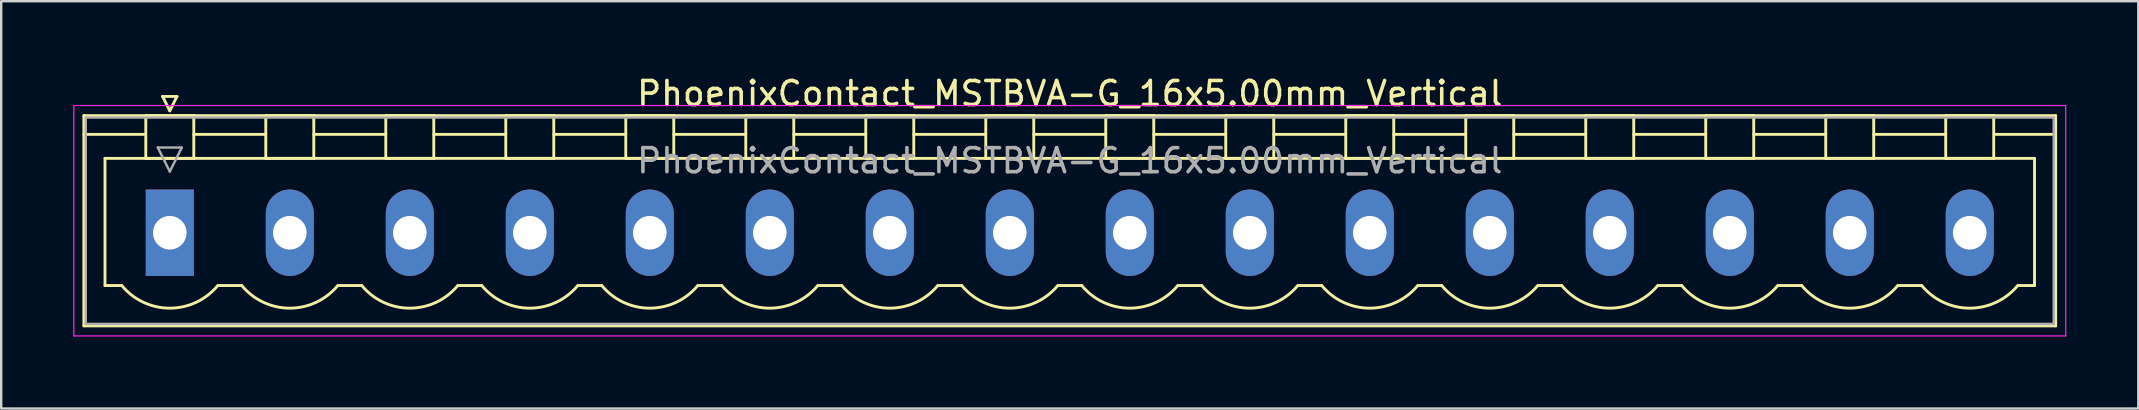
<source format=kicad_pcb>
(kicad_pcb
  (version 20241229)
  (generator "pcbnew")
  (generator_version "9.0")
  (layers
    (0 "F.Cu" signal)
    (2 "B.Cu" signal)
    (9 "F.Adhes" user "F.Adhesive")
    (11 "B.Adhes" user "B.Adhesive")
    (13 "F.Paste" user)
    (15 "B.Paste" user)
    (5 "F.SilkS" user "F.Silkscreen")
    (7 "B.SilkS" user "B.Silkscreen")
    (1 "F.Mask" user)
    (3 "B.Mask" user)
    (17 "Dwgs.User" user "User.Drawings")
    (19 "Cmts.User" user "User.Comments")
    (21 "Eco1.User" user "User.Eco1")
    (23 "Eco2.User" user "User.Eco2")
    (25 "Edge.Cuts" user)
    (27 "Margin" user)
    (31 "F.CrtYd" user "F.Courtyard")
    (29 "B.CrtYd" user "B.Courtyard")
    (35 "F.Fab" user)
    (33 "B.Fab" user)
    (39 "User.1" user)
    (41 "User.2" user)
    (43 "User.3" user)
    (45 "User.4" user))
  (footprint "PhoenixContact_MSTBVA-G_16x5.00mm_Vertical"
    (layer "F.Cu")
    (at 4.025 6.648)
    (property "Reference" "PhoenixContact_MSTBVA-G_16x5.00mm_Vertical" (at 37.5 -5.8 0) (layer "F.SilkS") (effects (font (size 1 1) (thickness 0.15))))
    (attr through_hole)
    (fp_line (start -3.58 -4.88) (end -3.58 3.88) (stroke (width 0.12) (type solid)) (layer "F.SilkS"))
    (fp_line (start -3.58 -4.1) (end -1.08 -4.1) (stroke (width 0.12) (type solid)) (layer "F.SilkS"))
    (fp_line (start -3.58 3.88) (end 78.58 3.88) (stroke (width 0.12) (type solid)) (layer "F.SilkS"))
    (fp_line (start -2.7 -3.1) (end 77.7 -3.1) (stroke (width 0.12) (type solid)) (layer "F.SilkS"))
    (fp_line (start -2.7 2.2) (end -2.7 -3.1) (stroke (width 0.12) (type solid)) (layer "F.SilkS"))
    (fp_line (start -2 2.2) (end -2.7 2.2) (stroke (width 0.12) (type solid)) (layer "F.SilkS"))
    (fp_line (start -1 -4.88) (end 1 -4.88) (stroke (width 0.12) (type solid)) (layer "F.SilkS"))
    (fp_line (start -1 -3.1) (end -1 -4.88) (stroke (width 0.12) (type solid)) (layer "F.SilkS"))
    (fp_line (start -0.3 -5.68) (end 0.3 -5.68) (stroke (width 0.12) (type solid)) (layer "F.SilkS"))
    (fp_line (start 0 -5.08) (end -0.3 -5.68) (stroke (width 0.12) (type solid)) (layer "F.SilkS"))
    (fp_line (start 0.3 -5.68) (end 0 -5.08) (stroke (width 0.12) (type solid)) (layer "F.SilkS"))
    (fp_line (start 1 -4.88) (end 1 -3.1) (stroke (width 0.12) (type solid)) (layer "F.SilkS"))
    (fp_line (start 1 -4.1) (end 4 -4.1) (stroke (width 0.12) (type solid)) (layer "F.SilkS"))
    (fp_line (start 1 -3.1) (end -1 -3.1) (stroke (width 0.12) (type solid)) (layer "F.SilkS"))
    (fp_line (start 2 2.2) (end 3 2.2) (stroke (width 0.12) (type solid)) (layer "F.SilkS"))
    (fp_line (start 4 -4.88) (end 6 -4.88) (stroke (width 0.12) (type solid)) (layer "F.SilkS"))
    (fp_line (start 4 -3.1) (end 4 -4.88) (stroke (width 0.12) (type solid)) (layer "F.SilkS"))
    (fp_line (start 6 -4.88) (end 6 -3.1) (stroke (width 0.12) (type solid)) (layer "F.SilkS"))
    (fp_line (start 6 -4.1) (end 9 -4.1) (stroke (width 0.12) (type solid)) (layer "F.SilkS"))
    (fp_line (start 6 -3.1) (end 4 -3.1) (stroke (width 0.12) (type solid)) (layer "F.SilkS"))
    (fp_line (start 7 2.2) (end 8 2.2) (stroke (width 0.12) (type solid)) (layer "F.SilkS"))
    (fp_line (start 9 -4.88) (end 11 -4.88) (stroke (width 0.12) (type solid)) (layer "F.SilkS"))
    (fp_line (start 9 -3.1) (end 9 -4.88) (stroke (width 0.12) (type solid)) (layer "F.SilkS"))
    (fp_line (start 11 -4.88) (end 11 -3.1) (stroke (width 0.12) (type solid)) (layer "F.SilkS"))
    (fp_line (start 11 -4.1) (end 14 -4.1) (stroke (width 0.12) (type solid)) (layer "F.SilkS"))
    (fp_line (start 11 -3.1) (end 9 -3.1) (stroke (width 0.12) (type solid)) (layer "F.SilkS"))
    (fp_line (start 12 2.2) (end 13 2.2) (stroke (width 0.12) (type solid)) (layer "F.SilkS"))
    (fp_line (start 14 -4.88) (end 16 -4.88) (stroke (width 0.12) (type solid)) (layer "F.SilkS"))
    (fp_line (start 14 -3.1) (end 14 -4.88) (stroke (width 0.12) (type solid)) (layer "F.SilkS"))
    (fp_line (start 16 -4.88) (end 16 -3.1) (stroke (width 0.12) (type solid)) (layer "F.SilkS"))
    (fp_line (start 16 -4.1) (end 19 -4.1) (stroke (width 0.12) (type solid)) (layer "F.SilkS"))
    (fp_line (start 16 -3.1) (end 14 -3.1) (stroke (width 0.12) (type solid)) (layer "F.SilkS"))
    (fp_line (start 17 2.2) (end 18 2.2) (stroke (width 0.12) (type solid)) (layer "F.SilkS"))
    (fp_line (start 19 -4.88) (end 21 -4.88) (stroke (width 0.12) (type solid)) (layer "F.SilkS"))
    (fp_line (start 19 -3.1) (end 19 -4.88) (stroke (width 0.12) (type solid)) (layer "F.SilkS"))
    (fp_line (start 21 -4.88) (end 21 -3.1) (stroke (width 0.12) (type solid)) (layer "F.SilkS"))
    (fp_line (start 21 -4.1) (end 24 -4.1) (stroke (width 0.12) (type solid)) (layer "F.SilkS"))
    (fp_line (start 21 -3.1) (end 19 -3.1) (stroke (width 0.12) (type solid)) (layer "F.SilkS"))
    (fp_line (start 22 2.2) (end 23 2.2) (stroke (width 0.12) (type solid)) (layer "F.SilkS"))
    (fp_line (start 24 -4.88) (end 26 -4.88) (stroke (width 0.12) (type solid)) (layer "F.SilkS"))
    (fp_line (start 24 -3.1) (end 24 -4.88) (stroke (width 0.12) (type solid)) (layer "F.SilkS"))
    (fp_line (start 26 -4.88) (end 26 -3.1) (stroke (width 0.12) (type solid)) (layer "F.SilkS"))
    (fp_line (start 26 -4.1) (end 29 -4.1) (stroke (width 0.12) (type solid)) (layer "F.SilkS"))
    (fp_line (start 26 -3.1) (end 24 -3.1) (stroke (width 0.12) (type solid)) (layer "F.SilkS"))
    (fp_line (start 27 2.2) (end 28 2.2) (stroke (width 0.12) (type solid)) (layer "F.SilkS"))
    (fp_line (start 29 -4.88) (end 31 -4.88) (stroke (width 0.12) (type solid)) (layer "F.SilkS"))
    (fp_line (start 29 -3.1) (end 29 -4.88) (stroke (width 0.12) (type solid)) (layer "F.SilkS"))
    (fp_line (start 31 -4.88) (end 31 -3.1) (stroke (width 0.12) (type solid)) (layer "F.SilkS"))
    (fp_line (start 31 -4.1) (end 34 -4.1) (stroke (width 0.12) (type solid)) (layer "F.SilkS"))
    (fp_line (start 31 -3.1) (end 29 -3.1) (stroke (width 0.12) (type solid)) (layer "F.SilkS"))
    (fp_line (start 32 2.2) (end 33 2.2) (stroke (width 0.12) (type solid)) (layer "F.SilkS"))
    (fp_line (start 34 -4.88) (end 36 -4.88) (stroke (width 0.12) (type solid)) (layer "F.SilkS"))
    (fp_line (start 34 -3.1) (end 34 -4.88) (stroke (width 0.12) (type solid)) (layer "F.SilkS"))
    (fp_line (start 36 -4.88) (end 36 -3.1) (stroke (width 0.12) (type solid)) (layer "F.SilkS"))
    (fp_line (start 36 -4.1) (end 39 -4.1) (stroke (width 0.12) (type solid)) (layer "F.SilkS"))
    (fp_line (start 36 -3.1) (end 34 -3.1) (stroke (width 0.12) (type solid)) (layer "F.SilkS"))
    (fp_line (start 37 2.2) (end 38 2.2) (stroke (width 0.12) (type solid)) (layer "F.SilkS"))
    (fp_line (start 39 -4.88) (end 41 -4.88) (stroke (width 0.12) (type solid)) (layer "F.SilkS"))
    (fp_line (start 39 -3.1) (end 39 -4.88) (stroke (width 0.12) (type solid)) (layer "F.SilkS"))
    (fp_line (start 41 -4.88) (end 41 -3.1) (stroke (width 0.12) (type solid)) (layer "F.SilkS"))
    (fp_line (start 41 -4.1) (end 44 -4.1) (stroke (width 0.12) (type solid)) (layer "F.SilkS"))
    (fp_line (start 41 -3.1) (end 39 -3.1) (stroke (width 0.12) (type solid)) (layer "F.SilkS"))
    (fp_line (start 42 2.2) (end 43 2.2) (stroke (width 0.12) (type solid)) (layer "F.SilkS"))
    (fp_line (start 44 -4.88) (end 46 -4.88) (stroke (width 0.12) (type solid)) (layer "F.SilkS"))
    (fp_line (start 44 -3.1) (end 44 -4.88) (stroke (width 0.12) (type solid)) (layer "F.SilkS"))
    (fp_line (start 46 -4.88) (end 46 -3.1) (stroke (width 0.12) (type solid)) (layer "F.SilkS"))
    (fp_line (start 46 -4.1) (end 49 -4.1) (stroke (width 0.12) (type solid)) (layer "F.SilkS"))
    (fp_line (start 46 -3.1) (end 44 -3.1) (stroke (width 0.12) (type solid)) (layer "F.SilkS"))
    (fp_line (start 47 2.2) (end 48 2.2) (stroke (width 0.12) (type solid)) (layer "F.SilkS"))
    (fp_line (start 49 -4.88) (end 51 -4.88) (stroke (width 0.12) (type solid)) (layer "F.SilkS"))
    (fp_line (start 49 -3.1) (end 49 -4.88) (stroke (width 0.12) (type solid)) (layer "F.SilkS"))
    (fp_line (start 51 -4.88) (end 51 -3.1) (stroke (width 0.12) (type solid)) (layer "F.SilkS"))
    (fp_line (start 51 -4.1) (end 54 -4.1) (stroke (width 0.12) (type solid)) (layer "F.SilkS"))
    (fp_line (start 51 -3.1) (end 49 -3.1) (stroke (width 0.12) (type solid)) (layer "F.SilkS"))
    (fp_line (start 52 2.2) (end 53 2.2) (stroke (width 0.12) (type solid)) (layer "F.SilkS"))
    (fp_line (start 54 -4.88) (end 56 -4.88) (stroke (width 0.12) (type solid)) (layer "F.SilkS"))
    (fp_line (start 54 -3.1) (end 54 -4.88) (stroke (width 0.12) (type solid)) (layer "F.SilkS"))
    (fp_line (start 56 -4.88) (end 56 -3.1) (stroke (width 0.12) (type solid)) (layer "F.SilkS"))
    (fp_line (start 56 -4.1) (end 59 -4.1) (stroke (width 0.12) (type solid)) (layer "F.SilkS"))
    (fp_line (start 56 -3.1) (end 54 -3.1) (stroke (width 0.12) (type solid)) (layer "F.SilkS"))
    (fp_line (start 57 2.2) (end 58 2.2) (stroke (width 0.12) (type solid)) (layer "F.SilkS"))
    (fp_line (start 59 -4.88) (end 61 -4.88) (stroke (width 0.12) (type solid)) (layer "F.SilkS"))
    (fp_line (start 59 -3.1) (end 59 -4.88) (stroke (width 0.12) (type solid)) (layer "F.SilkS"))
    (fp_line (start 61 -4.88) (end 61 -3.1) (stroke (width 0.12) (type solid)) (layer "F.SilkS"))
    (fp_line (start 61 -4.1) (end 64 -4.1) (stroke (width 0.12) (type solid)) (layer "F.SilkS"))
    (fp_line (start 61 -3.1) (end 59 -3.1) (stroke (width 0.12) (type solid)) (layer "F.SilkS"))
    (fp_line (start 62 2.2) (end 63 2.2) (stroke (width 0.12) (type solid)) (layer "F.SilkS"))
    (fp_line (start 64 -4.88) (end 66 -4.88) (stroke (width 0.12) (type solid)) (layer "F.SilkS"))
    (fp_line (start 64 -3.1) (end 64 -4.88) (stroke (width 0.12) (type solid)) (layer "F.SilkS"))
    (fp_line (start 66 -4.88) (end 66 -3.1) (stroke (width 0.12) (type solid)) (layer "F.SilkS"))
    (fp_line (start 66 -4.1) (end 69 -4.1) (stroke (width 0.12) (type solid)) (layer "F.SilkS"))
    (fp_line (start 66 -3.1) (end 64 -3.1) (stroke (width 0.12) (type solid)) (layer "F.SilkS"))
    (fp_line (start 67 2.2) (end 68 2.2) (stroke (width 0.12) (type solid)) (layer "F.SilkS"))
    (fp_line (start 69 -4.88) (end 71 -4.88) (stroke (width 0.12) (type solid)) (layer "F.SilkS"))
    (fp_line (start 69 -3.1) (end 69 -4.88) (stroke (width 0.12) (type solid)) (layer "F.SilkS"))
    (fp_line (start 71 -4.88) (end 71 -3.1) (stroke (width 0.12) (type solid)) (layer "F.SilkS"))
    (fp_line (start 71 -4.1) (end 74 -4.1) (stroke (width 0.12) (type solid)) (layer "F.SilkS"))
    (fp_line (start 71 -3.1) (end 69 -3.1) (stroke (width 0.12) (type solid)) (layer "F.SilkS"))
    (fp_line (start 72 2.2) (end 73 2.2) (stroke (width 0.12) (type solid)) (layer "F.SilkS"))
    (fp_line (start 74 -4.88) (end 76 -4.88) (stroke (width 0.12) (type solid)) (layer "F.SilkS"))
    (fp_line (start 74 -3.1) (end 74 -4.88) (stroke (width 0.12) (type solid)) (layer "F.SilkS"))
    (fp_line (start 76 -4.88) (end 76 -3.1) (stroke (width 0.12) (type solid)) (layer "F.SilkS"))
    (fp_line (start 76 -3.1) (end 74 -3.1) (stroke (width 0.12) (type solid)) (layer "F.SilkS"))
    (fp_line (start 77.7 -3.1) (end 77.7 2.2) (stroke (width 0.12) (type solid)) (layer "F.SilkS"))
    (fp_line (start 77.7 2.2) (end 77 2.2) (stroke (width 0.12) (type solid)) (layer "F.SilkS"))
    (fp_line (start 78.58 -4.88) (end -3.58 -4.88) (stroke (width 0.12) (type solid)) (layer "F.SilkS"))
    (fp_line (start 78.58 -4.1) (end 76.08 -4.1) (stroke (width 0.12) (type solid)) (layer "F.SilkS"))
    (fp_line (start 78.58 3.88) (end 78.58 -4.88) (stroke (width 0.12) (type solid)) (layer "F.SilkS"))
    (fp_arc (start 1.986842 2.215821) (mid -0.010289 3.142758) (end -2 2.2) (stroke (width 0.12) (type solid)) (layer "F.SilkS"))
    (fp_arc (start 6.986842 2.215821) (mid 4.989711 3.142758) (end 3 2.2) (stroke (width 0.12) (type solid)) (layer "F.SilkS"))
    (fp_arc (start 11.986842 2.215821) (mid 9.989711 3.142758) (end 8 2.2) (stroke (width 0.12) (type solid)) (layer "F.SilkS"))
    (fp_arc (start 16.986842 2.215821) (mid 14.989711 3.142758) (end 13 2.2) (stroke (width 0.12) (type solid)) (layer "F.SilkS"))
    (fp_arc (start 21.986842 2.215821) (mid 19.989711 3.142758) (end 18 2.2) (stroke (width 0.12) (type solid)) (layer "F.SilkS"))
    (fp_arc (start 26.986842 2.215821) (mid 24.989711 3.142758) (end 23 2.2) (stroke (width 0.12) (type solid)) (layer "F.SilkS"))
    (fp_arc (start 31.986842 2.215821) (mid 29.989711 3.142758) (end 28 2.2) (stroke (width 0.12) (type solid)) (layer "F.SilkS"))
    (fp_arc (start 36.986842 2.215821) (mid 34.989711 3.142758) (end 33 2.2) (stroke (width 0.12) (type solid)) (layer "F.SilkS"))
    (fp_arc (start 41.986842 2.215821) (mid 39.989711 3.142758) (end 38 2.2) (stroke (width 0.12) (type solid)) (layer "F.SilkS"))
    (fp_arc (start 46.986842 2.215821) (mid 44.989711 3.142758) (end 43 2.2) (stroke (width 0.12) (type solid)) (layer "F.SilkS"))
    (fp_arc (start 51.986842 2.215821) (mid 49.989711 3.142758) (end 48 2.2) (stroke (width 0.12) (type solid)) (layer "F.SilkS"))
    (fp_arc (start 56.986842 2.215821) (mid 54.989711 3.142758) (end 53 2.2) (stroke (width 0.12) (type solid)) (layer "F.SilkS"))
    (fp_arc (start 61.986842 2.215821) (mid 59.989711 3.142758) (end 58 2.2) (stroke (width 0.12) (type solid)) (layer "F.SilkS"))
    (fp_arc (start 66.986842 2.215821) (mid 64.989711 3.142758) (end 63 2.2) (stroke (width 0.12) (type solid)) (layer "F.SilkS"))
    (fp_arc (start 71.986842 2.215821) (mid 69.989711 3.142758) (end 68 2.2) (stroke (width 0.12) (type solid)) (layer "F.SilkS"))
    (fp_arc (start 76.986842 2.215821) (mid 74.989711 3.142758) (end 73 2.2) (stroke (width 0.12) (type solid)) (layer "F.SilkS"))
    (fp_line (start -4 -5.3) (end -4 4.3) (stroke (width 0.05) (type solid)) (layer "F.CrtYd"))
    (fp_line (start -4 4.3) (end 79 4.3) (stroke (width 0.05) (type solid)) (layer "F.CrtYd"))
    (fp_line (start 79 -5.3) (end -4 -5.3) (stroke (width 0.05) (type solid)) (layer "F.CrtYd"))
    (fp_line (start 79 4.3) (end 79 -5.3) (stroke (width 0.05) (type solid)) (layer "F.CrtYd"))
    (fp_line (start -3.5 -4.8) (end -3.5 3.8) (stroke (width 0.1) (type solid)) (layer "F.Fab"))
    (fp_line (start -3.5 3.8) (end 78.5 3.8) (stroke (width 0.1) (type solid)) (layer "F.Fab"))
    (fp_line (start -0.5 -3.55) (end 0.5 -3.55) (stroke (width 0.1) (type solid)) (layer "F.Fab"))
    (fp_line (start 0 -2.55) (end -0.5 -3.55) (stroke (width 0.1) (type solid)) (layer "F.Fab"))
    (fp_line (start 0.5 -3.55) (end 0 -2.55) (stroke (width 0.1) (type solid)) (layer "F.Fab"))
    (fp_line (start 78.5 -4.8) (end -3.5 -4.8) (stroke (width 0.1) (type solid)) (layer "F.Fab"))
    (fp_line (start 78.5 3.8) (end 78.5 -4.8) (stroke (width 0.1) (type solid)) (layer "F.Fab"))
    (fp_text user "${REFERENCE}" (at 37.5 -3 0) (layer "F.Fab") (effects (font (size 1 1) (thickness 0.15))))
    (pad "1" thru_hole rect (at 0 0) (size 2 3.6) (drill 1.4) (layers "*.Cu" "*.Mask"))
    (pad "2" thru_hole oval (at 5 0) (size 2 3.6) (drill 1.4) (layers "*.Cu" "*.Mask"))
    (pad "3" thru_hole oval (at 10 0) (size 2 3.6) (drill 1.4) (layers "*.Cu" "*.Mask"))
    (pad "4" thru_hole oval (at 15 0) (size 2 3.6) (drill 1.4) (layers "*.Cu" "*.Mask"))
    (pad "5" thru_hole oval (at 20 0) (size 2 3.6) (drill 1.4) (layers "*.Cu" "*.Mask"))
    (pad "6" thru_hole oval (at 25 0) (size 2 3.6) (drill 1.4) (layers "*.Cu" "*.Mask"))
    (pad "7" thru_hole oval (at 30 0) (size 2 3.6) (drill 1.4) (layers "*.Cu" "*.Mask"))
    (pad "8" thru_hole oval (at 35 0) (size 2 3.6) (drill 1.4) (layers "*.Cu" "*.Mask"))
    (pad "9" thru_hole oval (at 40 0) (size 2 3.6) (drill 1.4) (layers "*.Cu" "*.Mask"))
    (pad "10" thru_hole oval (at 45 0) (size 2 3.6) (drill 1.4) (layers "*.Cu" "*.Mask"))
    (pad "11" thru_hole oval (at 50 0) (size 2 3.6) (drill 1.4) (layers "*.Cu" "*.Mask"))
    (pad "12" thru_hole oval (at 55 0) (size 2 3.6) (drill 1.4) (layers "*.Cu" "*.Mask"))
    (pad "13" thru_hole oval (at 60 0) (size 2 3.6) (drill 1.4) (layers "*.Cu" "*.Mask"))
    (pad "14" thru_hole oval (at 65 0) (size 2 3.6) (drill 1.4) (layers "*.Cu" "*.Mask"))
    (pad "15" thru_hole oval (at 70 0) (size 2 3.6) (drill 1.4) (layers "*.Cu" "*.Mask"))
    (pad "16" thru_hole oval (at 75 0) (size 2 3.6) (drill 1.4) (layers "*.Cu" "*.Mask")))
  (gr_rect
    (start -3 -3)
    (end 86.05 13.973)
    (stroke (width 0.1) (type default))
    (fill no)
    (layer "Edge.Cuts")))
</source>
